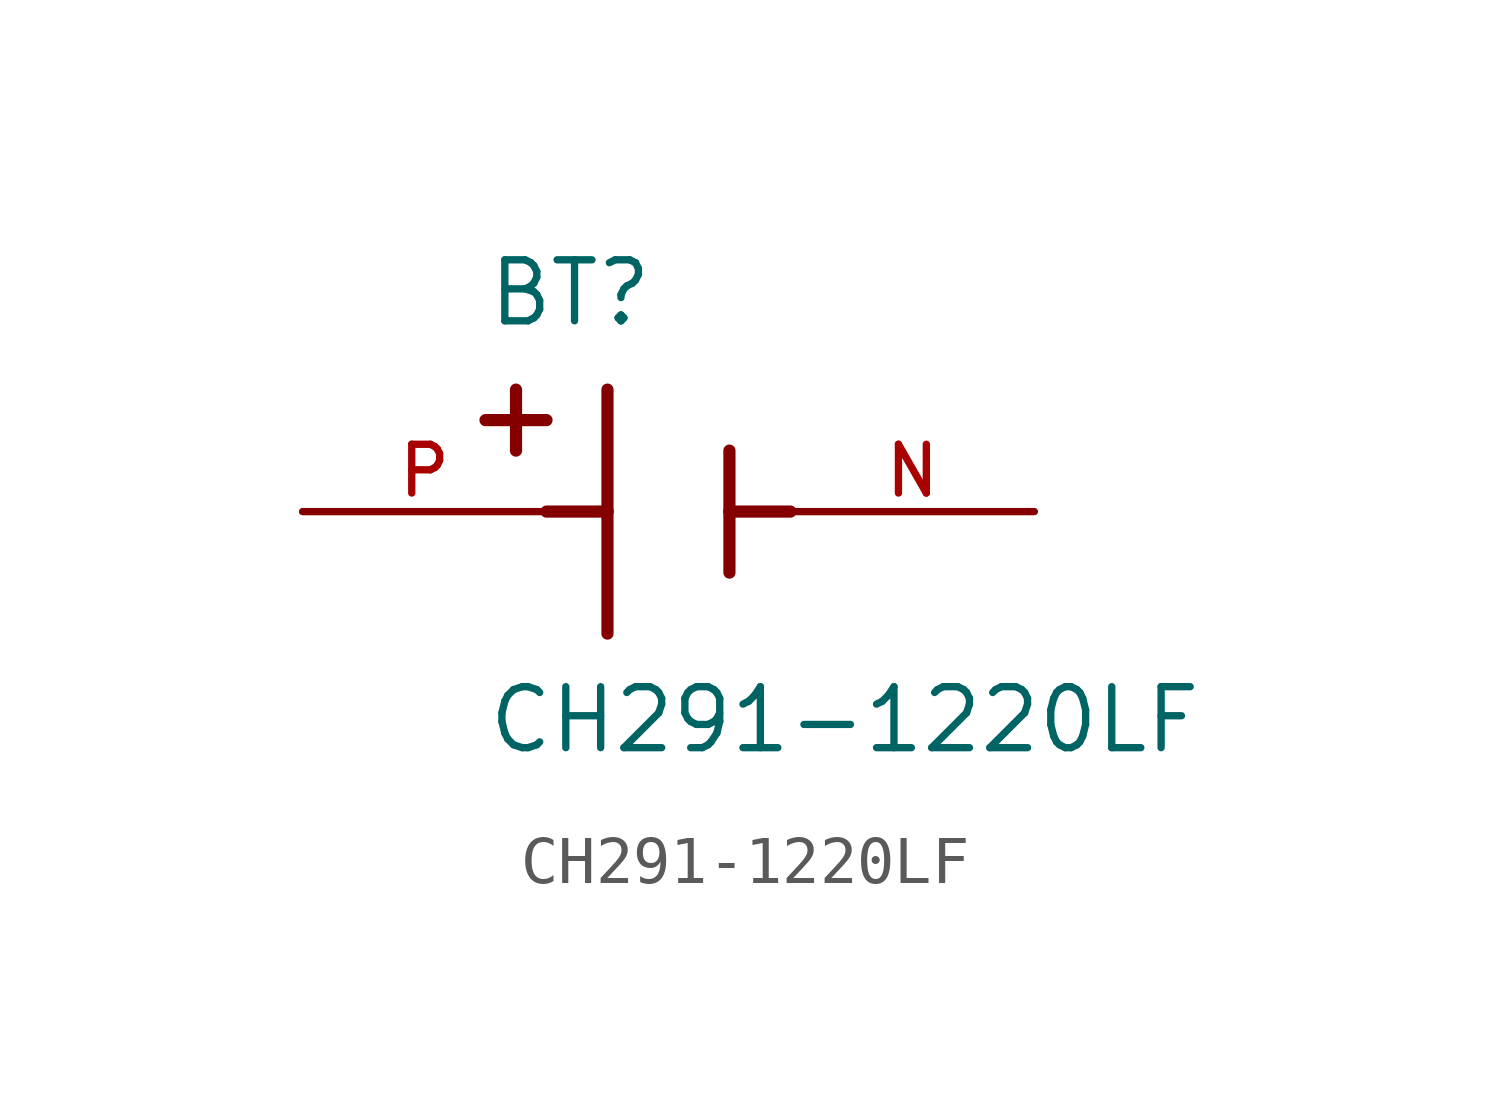
<source format=kicad_sym>
(kicad_symbol_lib
  (version 20211014)
  (generator kicad_symbol_editor)
  (symbol "CH291-1220LF"
    (pin_names
      (offset 1.016))
    (property "Reference" "BT"
      (at -3.81 3.81 0)
      (effects (font (size 1.27 1.27)) (justify bottom left)))
    (property "Value" "CH291-1220LF"
      (at -3.81 -5.08 0)
      (effects (font (size 1.27 1.27)) (justify bottom left)))
    (symbol "CH291-1220LF_0_0"
      (polyline (pts (xy -1.27 2.54) (xy -1.27 0.0)) (stroke (width 0.254)))
      (polyline (pts (xy -1.27 0.0) (xy -1.27 -2.54)) (stroke (width 0.254)))
      (polyline (pts (xy 1.27 1.27) (xy 1.27 0.0)) (stroke (width 0.254)))
      (polyline (pts (xy 1.27 0.0) (xy 1.27 -1.27)) (stroke (width 0.254)))
      (polyline (pts (xy -1.27 0.0) (xy -2.54 0.0)) (stroke (width 0.254)))
      (polyline (pts (xy 1.27 0.0) (xy 2.54 0.0)) (stroke (width 0.254)))
      (polyline (pts (xy -3.175 2.54) (xy -3.175 1.27)) (stroke (width 0.254)))
      (polyline (pts (xy -3.81 1.905) (xy -2.54 1.905)) (stroke (width 0.254)))
      (pin passive line (at -7.62 0.0 0) (length 5.08) (name "~" (effects (font (size 1.016 1.016)))) (number "P" (effects (font (size 1.016 1.016)))))
      (pin passive line (at 7.62 0.0 180.0) (length 5.08) (name "~" (effects (font (size 1.016 1.016)))) (number "N" (effects (font (size 1.016 1.016))))))))
</source>
